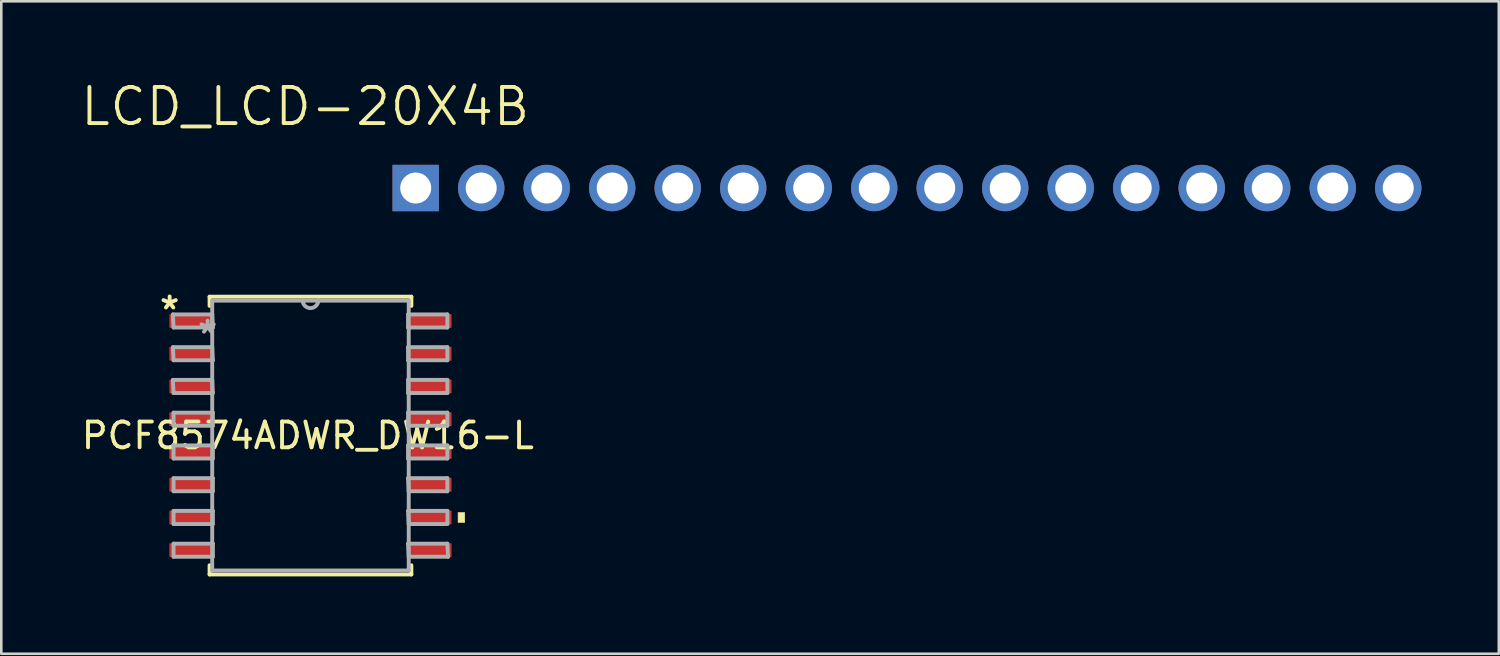
<source format=kicad_pcb>
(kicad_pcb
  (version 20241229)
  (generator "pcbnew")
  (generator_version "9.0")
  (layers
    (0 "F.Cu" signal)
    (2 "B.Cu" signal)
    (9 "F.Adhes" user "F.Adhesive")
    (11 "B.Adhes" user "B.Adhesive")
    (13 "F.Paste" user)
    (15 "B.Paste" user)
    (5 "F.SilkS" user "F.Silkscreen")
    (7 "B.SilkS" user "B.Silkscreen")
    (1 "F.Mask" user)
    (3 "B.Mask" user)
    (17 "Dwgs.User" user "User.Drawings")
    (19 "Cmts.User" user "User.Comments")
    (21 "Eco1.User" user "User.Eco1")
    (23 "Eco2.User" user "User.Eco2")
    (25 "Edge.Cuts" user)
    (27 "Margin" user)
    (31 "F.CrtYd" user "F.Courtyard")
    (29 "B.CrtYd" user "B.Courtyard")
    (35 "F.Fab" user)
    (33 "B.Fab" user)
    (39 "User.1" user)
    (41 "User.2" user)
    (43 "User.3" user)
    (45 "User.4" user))
  (footprint "LCD_LCD-20X4B"
    (layer "F.Cu")
    (at 33.02 3.761)
    (property "Reference" "LCD_LCD-20X4B" (at -24.235 -2.679 0) (layer "F.SilkS") (effects (font (size 1.4 1.4) (thickness 0.15))))
    (attr through_hole)
    (pad "1" thru_hole rect (at -19.95 0.48) (size 1.8 1.8) (drill 1.2) (layers "*.Cu" "*.Mask"))
    (pad "2" thru_hole circle (at -17.41 0.48) (size 1.8 1.8) (drill 1.2) (layers "*.Cu" "*.Mask"))
    (pad "3" thru_hole circle (at -14.87 0.48) (size 1.8 1.8) (drill 1.2) (layers "*.Cu" "*.Mask"))
    (pad "4" thru_hole circle (at -12.33 0.48) (size 1.8 1.8) (drill 1.2) (layers "*.Cu" "*.Mask"))
    (pad "5" thru_hole circle (at -9.79 0.48) (size 1.8 1.8) (drill 1.2) (layers "*.Cu" "*.Mask"))
    (pad "6" thru_hole circle (at -7.25 0.48) (size 1.8 1.8) (drill 1.2) (layers "*.Cu" "*.Mask"))
    (pad "7" thru_hole circle (at -4.71 0.48) (size 1.8 1.8) (drill 1.2) (layers "*.Cu" "*.Mask"))
    (pad "8" thru_hole circle (at -2.17 0.48) (size 1.8 1.8) (drill 1.2) (layers "*.Cu" "*.Mask"))
    (pad "9" thru_hole circle (at 0.37 0.48) (size 1.8 1.8) (drill 1.2) (layers "*.Cu" "*.Mask"))
    (pad "10" thru_hole circle (at 2.91 0.48) (size 1.8 1.8) (drill 1.2) (layers "*.Cu" "*.Mask"))
    (pad "11" thru_hole circle (at 5.45 0.48) (size 1.8 1.8) (drill 1.2) (layers "*.Cu" "*.Mask"))
    (pad "12" thru_hole circle (at 7.99 0.48) (size 1.8 1.8) (drill 1.2) (layers "*.Cu" "*.Mask"))
    (pad "13" thru_hole circle (at 10.53 0.48) (size 1.8 1.8) (drill 1.2) (layers "*.Cu" "*.Mask"))
    (pad "14" thru_hole circle (at 13.07 0.48) (size 1.8 1.8) (drill 1.2) (layers "*.Cu" "*.Mask"))
    (pad "15" thru_hole circle (at 15.61 0.48) (size 1.8 1.8) (drill 1.2) (layers "*.Cu" "*.Mask"))
    (pad "16" thru_hole circle (at 18.15 0.48) (size 1.8 1.8) (drill 1.2) (layers "*.Cu" "*.Mask")))
  (footprint "PCF8574ADWR_DW16-L"
    (layer "F.Cu")
    (at 8.989 13.841)
    (property "Reference" "PCF8574ADWR_DW16-L" (at -0.102 0 0) (layer "F.SilkS") (effects (font (size 1 1) (thickness 0.15))))
    (attr through_hole)
    (fp_line (start -3.912 -5.385) (end -3.912 -5.029) (stroke (width 0.152) (type solid)) (layer "F.SilkS"))
    (fp_line (start -3.912 5.029) (end -3.912 5.385) (stroke (width 0.152) (type solid)) (layer "F.SilkS"))
    (fp_line (start -3.912 5.385) (end 3.912 5.385) (stroke (width 0.152) (type solid)) (layer "F.SilkS"))
    (fp_line (start 3.912 -5.385) (end -3.912 -5.385) (stroke (width 0.152) (type solid)) (layer "F.SilkS"))
    (fp_line (start 3.912 -5.029) (end 3.912 -5.385) (stroke (width 0.152) (type solid)) (layer "F.SilkS"))
    (fp_line (start 3.912 5.385) (end 3.912 5.029) (stroke (width 0.152) (type solid)) (layer "F.SilkS"))
    (fp_poly (pts (xy 5.979 2.985) (xy 5.979 3.365) (xy 5.725 3.365) (xy 5.725 2.985)) (stroke (width 0.025) (type solid)) (fill yes) (layer "F.SilkS"))
    (fp_line (start -5.334 -4.699) (end -5.309 -4.191) (stroke (width 0.152) (type solid)) (layer "F.Fab"))
    (fp_line (start -5.334 -3.429) (end -5.309 -2.921) (stroke (width 0.152) (type solid)) (layer "F.Fab"))
    (fp_line (start -5.334 -2.159) (end -5.309 -1.651) (stroke (width 0.152) (type solid)) (layer "F.Fab"))
    (fp_line (start -5.309 -4.191) (end -3.785 -4.191) (stroke (width 0.152) (type solid)) (layer "F.Fab"))
    (fp_line (start -5.309 -2.921) (end -3.785 -2.921) (stroke (width 0.152) (type solid)) (layer "F.Fab"))
    (fp_line (start -5.309 -1.651) (end -3.785 -1.651) (stroke (width 0.152) (type solid)) (layer "F.Fab"))
    (fp_line (start -5.309 -0.889) (end -5.309 -0.381) (stroke (width 0.152) (type solid)) (layer "F.Fab"))
    (fp_line (start -5.309 -0.381) (end -3.785 -0.381) (stroke (width 0.152) (type solid)) (layer "F.Fab"))
    (fp_line (start -5.309 0.381) (end -5.309 0.889) (stroke (width 0.152) (type solid)) (layer "F.Fab"))
    (fp_line (start -5.309 0.889) (end -3.785 0.889) (stroke (width 0.152) (type solid)) (layer "F.Fab"))
    (fp_line (start -5.309 1.651) (end -5.309 2.159) (stroke (width 0.152) (type solid)) (layer "F.Fab"))
    (fp_line (start -5.309 2.159) (end -3.785 2.159) (stroke (width 0.152) (type solid)) (layer "F.Fab"))
    (fp_line (start -5.309 2.921) (end -5.309 3.429) (stroke (width 0.152) (type solid)) (layer "F.Fab"))
    (fp_line (start -5.309 3.429) (end -3.785 3.429) (stroke (width 0.152) (type solid)) (layer "F.Fab"))
    (fp_line (start -5.309 4.191) (end -5.309 4.699) (stroke (width 0.152) (type solid)) (layer "F.Fab"))
    (fp_line (start -5.309 4.699) (end -3.785 4.699) (stroke (width 0.152) (type solid)) (layer "F.Fab"))
    (fp_line (start -3.81 -5.232) (end -3.81 5.232) (stroke (width 0.152) (type solid)) (layer "F.Fab"))
    (fp_line (start -3.81 -4.699) (end -5.334 -4.699) (stroke (width 0.152) (type solid)) (layer "F.Fab"))
    (fp_line (start -3.81 -3.429) (end -5.334 -3.429) (stroke (width 0.152) (type solid)) (layer "F.Fab"))
    (fp_line (start -3.81 -2.159) (end -5.334 -2.159) (stroke (width 0.152) (type solid)) (layer "F.Fab"))
    (fp_line (start -3.81 5.232) (end 3.81 5.232) (stroke (width 0.152) (type solid)) (layer "F.Fab"))
    (fp_line (start -3.785 -4.191) (end -3.81 -4.699) (stroke (width 0.152) (type solid)) (layer "F.Fab"))
    (fp_line (start -3.785 -2.921) (end -3.81 -3.429) (stroke (width 0.152) (type solid)) (layer "F.Fab"))
    (fp_line (start -3.785 -1.651) (end -3.81 -2.159) (stroke (width 0.152) (type solid)) (layer "F.Fab"))
    (fp_line (start -3.785 -0.889) (end -5.309 -0.889) (stroke (width 0.152) (type solid)) (layer "F.Fab"))
    (fp_line (start -3.785 -0.381) (end -3.785 -0.889) (stroke (width 0.152) (type solid)) (layer "F.Fab"))
    (fp_line (start -3.785 0.381) (end -5.309 0.381) (stroke (width 0.152) (type solid)) (layer "F.Fab"))
    (fp_line (start -3.785 0.889) (end -3.785 0.381) (stroke (width 0.152) (type solid)) (layer "F.Fab"))
    (fp_line (start -3.785 1.651) (end -5.309 1.651) (stroke (width 0.152) (type solid)) (layer "F.Fab"))
    (fp_line (start -3.785 2.159) (end -3.785 1.651) (stroke (width 0.152) (type solid)) (layer "F.Fab"))
    (fp_line (start -3.785 2.921) (end -5.309 2.921) (stroke (width 0.152) (type solid)) (layer "F.Fab"))
    (fp_line (start -3.785 3.429) (end -3.785 2.921) (stroke (width 0.152) (type solid)) (layer "F.Fab"))
    (fp_line (start -3.785 4.191) (end -5.309 4.191) (stroke (width 0.152) (type solid)) (layer "F.Fab"))
    (fp_line (start -3.785 4.699) (end -3.785 4.191) (stroke (width 0.152) (type solid)) (layer "F.Fab"))
    (fp_line (start -0.305 -5.232) (end -3.81 -5.232) (stroke (width 0.152) (type solid)) (layer "F.Fab"))
    (fp_line (start 3.785 -4.699) (end 3.785 -4.191) (stroke (width 0.152) (type solid)) (layer "F.Fab"))
    (fp_line (start 3.785 -4.191) (end 5.309 -4.191) (stroke (width 0.152) (type solid)) (layer "F.Fab"))
    (fp_line (start 3.785 -3.429) (end 3.785 -2.921) (stroke (width 0.152) (type solid)) (layer "F.Fab"))
    (fp_line (start 3.785 -2.921) (end 5.309 -2.921) (stroke (width 0.152) (type solid)) (layer "F.Fab"))
    (fp_line (start 3.785 -2.159) (end 3.785 -1.651) (stroke (width 0.152) (type solid)) (layer "F.Fab"))
    (fp_line (start 3.785 -1.651) (end 5.309 -1.651) (stroke (width 0.152) (type solid)) (layer "F.Fab"))
    (fp_line (start 3.785 -0.889) (end 3.785 -0.381) (stroke (width 0.152) (type solid)) (layer "F.Fab"))
    (fp_line (start 3.785 -0.381) (end 5.309 -0.381) (stroke (width 0.152) (type solid)) (layer "F.Fab"))
    (fp_line (start 3.785 0.381) (end 3.785 0.889) (stroke (width 0.152) (type solid)) (layer "F.Fab"))
    (fp_line (start 3.785 0.889) (end 5.309 0.889) (stroke (width 0.152) (type solid)) (layer "F.Fab"))
    (fp_line (start 3.785 1.651) (end 3.81 2.159) (stroke (width 0.152) (type solid)) (layer "F.Fab"))
    (fp_line (start 3.785 2.921) (end 3.81 3.429) (stroke (width 0.152) (type solid)) (layer "F.Fab"))
    (fp_line (start 3.785 4.191) (end 3.81 4.699) (stroke (width 0.152) (type solid)) (layer "F.Fab"))
    (fp_line (start 3.81 -5.232) (end -0.305 -5.232) (stroke (width 0.152) (type solid)) (layer "F.Fab"))
    (fp_line (start 3.81 2.159) (end 5.309 2.159) (stroke (width 0.152) (type solid)) (layer "F.Fab"))
    (fp_line (start 3.81 3.429) (end 5.309 3.429) (stroke (width 0.152) (type solid)) (layer "F.Fab"))
    (fp_line (start 3.81 4.699) (end 5.334 4.699) (stroke (width 0.152) (type solid)) (layer "F.Fab"))
    (fp_line (start 3.81 5.232) (end 3.81 -5.232) (stroke (width 0.152) (type solid)) (layer "F.Fab"))
    (fp_line (start 5.309 -4.699) (end 3.785 -4.699) (stroke (width 0.152) (type solid)) (layer "F.Fab"))
    (fp_line (start 5.309 -4.191) (end 5.309 -4.699) (stroke (width 0.152) (type solid)) (layer "F.Fab"))
    (fp_line (start 5.309 -3.429) (end 3.785 -3.429) (stroke (width 0.152) (type solid)) (layer "F.Fab"))
    (fp_line (start 5.309 -2.921) (end 5.309 -3.429) (stroke (width 0.152) (type solid)) (layer "F.Fab"))
    (fp_line (start 5.309 -2.159) (end 3.785 -2.159) (stroke (width 0.152) (type solid)) (layer "F.Fab"))
    (fp_line (start 5.309 -1.651) (end 5.309 -2.159) (stroke (width 0.152) (type solid)) (layer "F.Fab"))
    (fp_line (start 5.309 -0.889) (end 3.785 -0.889) (stroke (width 0.152) (type solid)) (layer "F.Fab"))
    (fp_line (start 5.309 -0.381) (end 5.309 -0.889) (stroke (width 0.152) (type solid)) (layer "F.Fab"))
    (fp_line (start 5.309 0.381) (end 3.785 0.381) (stroke (width 0.152) (type solid)) (layer "F.Fab"))
    (fp_line (start 5.309 0.889) (end 5.309 0.381) (stroke (width 0.152) (type solid)) (layer "F.Fab"))
    (fp_line (start 5.309 1.651) (end 3.785 1.651) (stroke (width 0.152) (type solid)) (layer "F.Fab"))
    (fp_line (start 5.309 2.159) (end 5.309 1.651) (stroke (width 0.152) (type solid)) (layer "F.Fab"))
    (fp_line (start 5.309 2.921) (end 3.785 2.921) (stroke (width 0.152) (type solid)) (layer "F.Fab"))
    (fp_line (start 5.309 3.429) (end 5.309 2.921) (stroke (width 0.152) (type solid)) (layer "F.Fab"))
    (fp_line (start 5.309 4.191) (end 3.785 4.191) (stroke (width 0.152) (type solid)) (layer "F.Fab"))
    (fp_line (start 5.334 4.699) (end 5.309 4.191) (stroke (width 0.152) (type solid)) (layer "F.Fab"))
    (fp_arc (start 0.3048 -5.2578) (mid 0.0127 -4.9403) (end -0.3048 -5.2324) (stroke (width 0.1524) (type solid)) (layer "F.Fab"))
    (fp_text user "*" (at -5.461 -4.851 0) (layer "F.SilkS") (effects (font (size 1 1) (thickness 0.15))))
    (fp_text user "*" (at -3.988 -3.912 0) (layer "F.Fab") (effects (font (size 1 1) (thickness 0.15))))
    (pad "1" smd rect (at -4.636 -4.445) (size 1.67 0.528) (layers "F.Cu" "F.Mask" "F.Paste"))
    (pad "2" smd rect (at -4.636 -3.175) (size 1.67 0.528) (layers "F.Cu" "F.Mask" "F.Paste"))
    (pad "3" smd rect (at -4.636 -1.905) (size 1.67 0.528) (layers "F.Cu" "F.Mask" "F.Paste"))
    (pad "4" smd rect (at -4.636 -0.635) (size 1.67 0.528) (layers "F.Cu" "F.Mask" "F.Paste"))
    (pad "5" smd rect (at -4.636 0.635) (size 1.67 0.528) (layers "F.Cu" "F.Mask" "F.Paste"))
    (pad "6" smd rect (at -4.636 1.905) (size 1.67 0.528) (layers "F.Cu" "F.Mask" "F.Paste"))
    (pad "7" smd rect (at -4.636 3.175) (size 1.67 0.528) (layers "F.Cu" "F.Mask" "F.Paste"))
    (pad "8" smd rect (at -4.636 4.445) (size 1.67 0.528) (layers "F.Cu" "F.Mask" "F.Paste"))
    (pad "9" smd rect (at 4.636 4.445) (size 1.67 0.528) (layers "F.Cu" "F.Mask" "F.Paste"))
    (pad "10" smd rect (at 4.636 3.175) (size 1.67 0.528) (layers "F.Cu" "F.Mask" "F.Paste"))
    (pad "11" smd rect (at 4.636 1.905) (size 1.67 0.528) (layers "F.Cu" "F.Mask" "F.Paste"))
    (pad "12" smd rect (at 4.636 0.635) (size 1.67 0.528) (layers "F.Cu" "F.Mask" "F.Paste"))
    (pad "13" smd rect (at 4.636 -0.635) (size 1.67 0.528) (layers "F.Cu" "F.Mask" "F.Paste"))
    (pad "14" smd rect (at 4.636 -1.905) (size 1.67 0.528) (layers "F.Cu" "F.Mask" "F.Paste"))
    (pad "15" smd rect (at 4.636 -3.175) (size 1.67 0.528) (layers "F.Cu" "F.Mask" "F.Paste"))
    (pad "16" smd rect (at 4.636 -4.445) (size 1.67 0.528) (layers "F.Cu" "F.Mask" "F.Paste")))
  (gr_rect
    (start -3 -3)
    (end 55.07 22.302)
    (stroke (width 0.1) (type default))
    (fill no)
    (layer "Edge.Cuts")))
</source>
